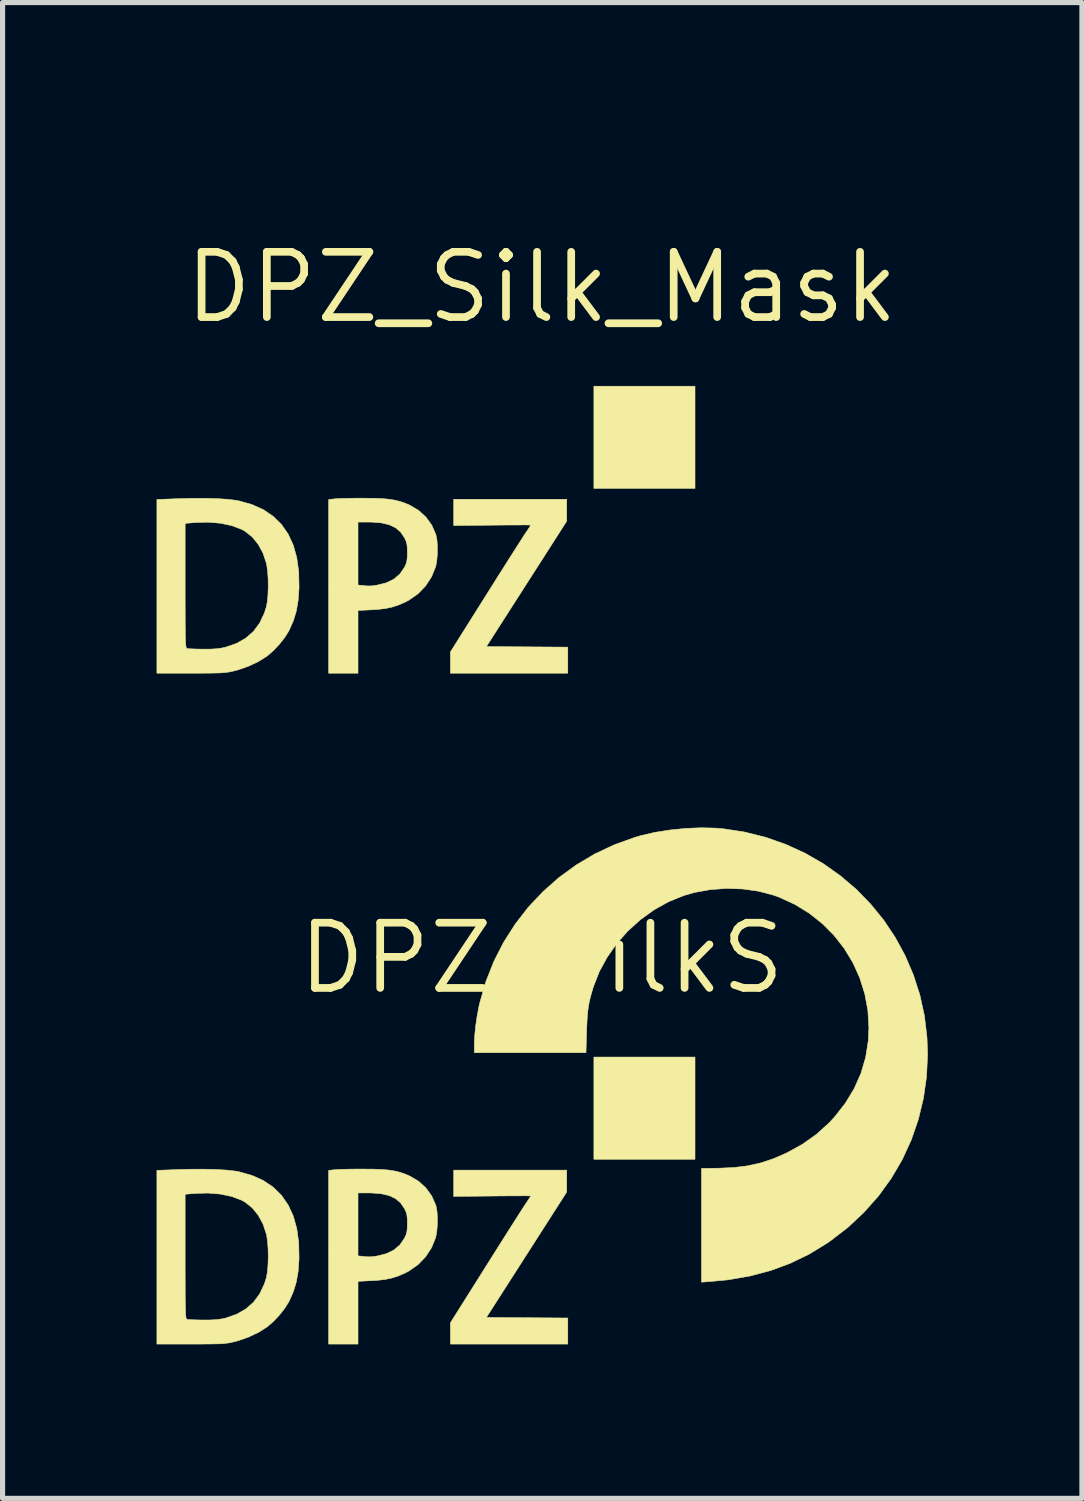
<source format=kicad_pcb>
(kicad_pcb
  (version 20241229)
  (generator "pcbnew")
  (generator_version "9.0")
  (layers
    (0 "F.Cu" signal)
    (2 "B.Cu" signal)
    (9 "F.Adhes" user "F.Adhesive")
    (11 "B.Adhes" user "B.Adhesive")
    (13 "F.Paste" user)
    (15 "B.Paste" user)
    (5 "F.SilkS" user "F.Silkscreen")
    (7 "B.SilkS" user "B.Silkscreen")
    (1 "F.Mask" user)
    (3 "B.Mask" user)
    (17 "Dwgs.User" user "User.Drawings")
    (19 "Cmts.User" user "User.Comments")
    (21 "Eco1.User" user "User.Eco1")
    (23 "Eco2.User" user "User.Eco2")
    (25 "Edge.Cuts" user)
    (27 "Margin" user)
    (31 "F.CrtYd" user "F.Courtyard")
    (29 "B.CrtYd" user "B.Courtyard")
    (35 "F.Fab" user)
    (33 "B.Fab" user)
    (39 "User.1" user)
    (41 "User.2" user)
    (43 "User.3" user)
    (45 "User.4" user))
  (footprint "DPZ_Silk_Mask"
    (layer "F.Cu")
    (at 7.498 2.544)
    (property "Reference" "DPZ_Silk_Mask" (at 0 0 0) (layer "F.SilkS") (effects (font (size 1.27 1.27) (thickness 0.15))))
    (attr through_hole)
    (fp_poly (pts (xy 3.398 -2.532) (xy 3.524 -2.521) (xy 3.951 -2.456) (xy 4.362 -2.353) (xy 4.756 -2.214) (xy 5.131 -2.042) (xy 5.486 -1.838) (xy 5.817 -1.603) (xy 6.125 -1.341) (xy 6.406 -1.052) (xy 6.66 -0.74) (xy 6.884 -0.404) (xy 7.077 -0.049) (xy 7.237 0.325) (xy 7.363 0.716) (xy 7.452 1.121) (xy 7.502 1.539) (xy 7.514 1.865) (xy 7.494 2.303) (xy 7.433 2.73) (xy 7.333 3.143) (xy 7.195 3.542) (xy 7.02 3.923) (xy 6.808 4.285) (xy 6.561 4.627) (xy 6.279 4.945) (xy 5.965 5.24) (xy 5.617 5.508) (xy 5.549 5.555) (xy 5.203 5.766) (xy 4.841 5.941) (xy 4.462 6.082) (xy 4.061 6.188) (xy 3.638 6.262) (xy 3.286 6.296) (xy 3.111 6.309) (xy 3.111 4.094) (xy 3.445 4.09) (xy 3.739 4.077) (xy 4.006 4.044) (xy 4.257 3.989) (xy 4.501 3.909) (xy 4.751 3.801) (xy 4.773 3.791) (xy 5.078 3.623) (xy 5.351 3.429) (xy 5.596 3.207) (xy 5.701 3.094) (xy 5.913 2.823) (xy 6.085 2.539) (xy 6.217 2.241) (xy 6.308 1.931) (xy 6.359 1.608) (xy 6.371 1.355) (xy 6.351 1.02) (xy 6.291 0.696) (xy 6.193 0.385) (xy 6.06 0.09) (xy 5.893 -0.186) (xy 5.695 -0.44) (xy 5.467 -0.67) (xy 5.212 -0.873) (xy 4.932 -1.045) (xy 4.629 -1.185) (xy 4.508 -1.228) (xy 4.221 -1.304) (xy 3.915 -1.347) (xy 3.6 -1.358) (xy 3.286 -1.335) (xy 2.979 -1.28) (xy 2.766 -1.219) (xy 2.469 -1.098) (xy 2.186 -0.94) (xy 1.922 -0.749) (xy 1.679 -0.53) (xy 1.462 -0.286) (xy 1.276 -0.02) (xy 1.122 0.262) (xy 1.009 0.551) (xy 0.967 0.689) (xy 0.935 0.811) (xy 0.911 0.929) (xy 0.895 1.054) (xy 0.884 1.196) (xy 0.876 1.366) (xy 0.874 1.434) (xy 0.862 1.841) (xy -1.312 1.841) (xy -1.312 1.667) (xy -1.305 1.511) (xy -1.287 1.329) (xy -1.259 1.136) (xy -1.223 0.945) (xy -1.206 0.87) (xy -1.088 0.459) (xy -0.933 0.066) (xy -0.742 -0.309) (xy -0.517 -0.661) (xy -0.262 -0.991) (xy 0.024 -1.294) (xy 0.336 -1.57) (xy 0.674 -1.816) (xy 1.035 -2.03) (xy 1.418 -2.21) (xy 1.819 -2.354) (xy 1.926 -2.385) (xy 2.2 -2.449) (xy 2.498 -2.496) (xy 2.806 -2.527) (xy 3.11 -2.539) (xy 3.398 -2.532)) (stroke (width 0.01) (type solid)) (fill yes) (layer "F.Mask"))
    (fp_poly (pts (xy 2.985 3.916) (xy 1.016 3.916) (xy 1.016 1.926) (xy 2.985 1.926) (xy 2.985 3.916)) (stroke (width 0.01) (type solid)) (fill yes) (layer "F.SilkS"))
    (fp_poly (pts (xy 0.487 4.554) (xy -0.295 5.775) (xy -1.077 6.996) (xy 0.508 7.007) (xy 0.508 7.514) (xy -1.778 7.514) (xy -1.778 7.308) (xy -1.778 7.101) (xy -1.099 6.022) (xy -0.974 5.823) (xy -0.853 5.631) (xy -0.738 5.45) (xy -0.632 5.282) (xy -0.537 5.132) (xy -0.455 5.004) (xy -0.389 4.901) (xy -0.341 4.826) (xy -0.316 4.788) (xy -0.269 4.719) (xy -0.234 4.665) (xy -0.214 4.634) (xy -0.212 4.63) (xy -0.232 4.629) (xy -0.29 4.628) (xy -0.381 4.628) (xy -0.5 4.629) (xy -0.642 4.629) (xy -0.802 4.63) (xy -0.963 4.632) (xy -1.714 4.639) (xy -1.714 4.128) (xy 0.487 4.128) (xy 0.487 4.554)) (stroke (width 0.01) (type solid)) (fill yes) (layer "F.SilkS"))
    (fp_poly (pts (xy -3.285 4.108) (xy -3.118 4.114) (xy -2.979 4.126) (xy -2.86 4.145) (xy -2.755 4.171) (xy -2.655 4.206) (xy -2.567 4.244) (xy -2.396 4.345) (xy -2.253 4.476) (xy -2.142 4.63) (xy -2.065 4.804) (xy -2.054 4.842) (xy -2.038 4.936) (xy -2.031 5.056) (xy -2.032 5.186) (xy -2.042 5.311) (xy -2.059 5.415) (xy -2.065 5.44) (xy -2.145 5.638) (xy -2.261 5.815) (xy -2.409 5.968) (xy -2.585 6.091) (xy -2.65 6.126) (xy -2.784 6.185) (xy -2.913 6.227) (xy -3.049 6.256) (xy -3.207 6.274) (xy -3.318 6.28) (xy -3.577 6.293) (xy -3.577 7.514) (xy -4.149 7.514) (xy -4.149 4.572) (xy -3.577 4.572) (xy -3.577 5.797) (xy -3.498 5.805) (xy -3.414 5.814) (xy -3.353 5.816) (xy -3.298 5.813) (xy -3.231 5.804) (xy -3.203 5.799) (xy -3.024 5.754) (xy -2.877 5.682) (xy -2.76 5.581) (xy -2.672 5.452) (xy -2.643 5.39) (xy -2.626 5.331) (xy -2.618 5.259) (xy -2.616 5.165) (xy -2.618 5.068) (xy -2.626 4.997) (xy -2.643 4.938) (xy -2.673 4.875) (xy -2.748 4.765) (xy -2.846 4.682) (xy -2.971 4.623) (xy -3.126 4.587) (xy -3.315 4.572) (xy -3.357 4.572) (xy -3.577 4.572) (xy -4.149 4.572) (xy -4.149 4.133) (xy -4.038 4.12) (xy -3.982 4.116) (xy -3.893 4.112) (xy -3.778 4.109) (xy -3.647 4.107) (xy -3.507 4.107) (xy -3.486 4.107) (xy -3.285 4.108)) (stroke (width 0.01) (type solid)) (fill yes) (layer "F.SilkS"))
    (fp_poly (pts (xy -6.332 4.115) (xy -6.137 4.127) (xy -5.976 4.145) (xy -5.896 4.159) (xy -5.643 4.23) (xy -5.42 4.33) (xy -5.228 4.46) (xy -5.067 4.618) (xy -4.937 4.806) (xy -4.837 5.022) (xy -4.769 5.266) (xy -4.731 5.539) (xy -4.725 5.841) (xy -4.726 5.869) (xy -4.743 6.101) (xy -4.778 6.305) (xy -4.834 6.49) (xy -4.913 6.669) (xy -4.925 6.693) (xy -5.002 6.816) (xy -5.104 6.946) (xy -5.219 7.069) (xy -5.334 7.17) (xy -5.351 7.183) (xy -5.517 7.288) (xy -5.71 7.379) (xy -5.914 7.45) (xy -5.963 7.463) (xy -6.021 7.477) (xy -6.075 7.489) (xy -6.129 7.497) (xy -6.19 7.504) (xy -6.263 7.509) (xy -6.354 7.511) (xy -6.47 7.513) (xy -6.615 7.514) (xy -6.795 7.514) (xy -6.829 7.514) (xy -7.493 7.514) (xy -7.493 4.597) (xy -6.943 4.597) (xy -6.943 5.811) (xy -6.943 6.068) (xy -6.942 6.287) (xy -6.942 6.47) (xy -6.941 6.62) (xy -6.939 6.74) (xy -6.937 6.835) (xy -6.935 6.906) (xy -6.931 6.958) (xy -6.927 6.994) (xy -6.922 7.016) (xy -6.915 7.028) (xy -6.908 7.033) (xy -6.906 7.034) (xy -6.871 7.038) (xy -6.804 7.041) (xy -6.713 7.044) (xy -6.607 7.046) (xy -6.592 7.046) (xy -6.45 7.045) (xy -6.337 7.039) (xy -6.241 7.026) (xy -6.151 7.007) (xy -5.941 6.934) (xy -5.762 6.832) (xy -5.611 6.699) (xy -5.491 6.536) (xy -5.4 6.343) (xy -5.362 6.223) (xy -5.342 6.117) (xy -5.33 5.982) (xy -5.325 5.831) (xy -5.327 5.677) (xy -5.337 5.531) (xy -5.354 5.408) (xy -5.362 5.371) (xy -5.427 5.176) (xy -5.52 5.005) (xy -5.636 4.862) (xy -5.774 4.752) (xy -5.842 4.714) (xy -6.035 4.641) (xy -6.256 4.594) (xy -6.498 4.574) (xy -6.756 4.581) (xy -6.758 4.582) (xy -6.943 4.597) (xy -7.493 4.597) (xy -7.493 4.132) (xy -7.075 4.116) (xy -6.806 4.109) (xy -6.557 4.109) (xy -6.332 4.115)) (stroke (width 0.01) (type solid)) (fill yes) (layer "F.SilkS")))
  (footprint "DPZ_SilkS"
    (layer "F.Cu")
    (at 7.498 15.607)
    (property "Reference" "DPZ_SilkS" (at 0 0 0) (layer "F.SilkS") (effects (font (size 1.27 1.27) (thickness 0.15))))
    (attr through_hole)
    (fp_poly (pts (xy 2.985 3.916) (xy 1.016 3.916) (xy 1.016 1.926) (xy 2.985 1.926) (xy 2.985 3.916)) (stroke (width 0.01) (type solid)) (fill yes) (layer "F.SilkS"))
    (fp_poly (pts (xy 0.487 4.554) (xy -0.295 5.775) (xy -1.077 6.996) (xy 0.508 7.007) (xy 0.508 7.514) (xy -1.778 7.514) (xy -1.778 7.308) (xy -1.778 7.101) (xy -1.099 6.022) (xy -0.974 5.823) (xy -0.853 5.631) (xy -0.738 5.45) (xy -0.632 5.282) (xy -0.537 5.132) (xy -0.455 5.004) (xy -0.389 4.901) (xy -0.341 4.826) (xy -0.316 4.788) (xy -0.269 4.719) (xy -0.234 4.665) (xy -0.214 4.634) (xy -0.212 4.63) (xy -0.232 4.629) (xy -0.29 4.628) (xy -0.381 4.628) (xy -0.5 4.629) (xy -0.642 4.629) (xy -0.802 4.63) (xy -0.963 4.632) (xy -1.714 4.639) (xy -1.714 4.128) (xy 0.487 4.128) (xy 0.487 4.554)) (stroke (width 0.01) (type solid)) (fill yes) (layer "F.SilkS"))
    (fp_poly (pts (xy -3.285 4.108) (xy -3.118 4.114) (xy -2.979 4.126) (xy -2.86 4.145) (xy -2.755 4.171) (xy -2.655 4.206) (xy -2.567 4.244) (xy -2.396 4.345) (xy -2.253 4.476) (xy -2.142 4.63) (xy -2.065 4.804) (xy -2.054 4.842) (xy -2.038 4.936) (xy -2.031 5.056) (xy -2.032 5.186) (xy -2.042 5.311) (xy -2.059 5.415) (xy -2.065 5.44) (xy -2.145 5.638) (xy -2.261 5.815) (xy -2.409 5.968) (xy -2.585 6.091) (xy -2.65 6.126) (xy -2.784 6.185) (xy -2.913 6.227) (xy -3.049 6.256) (xy -3.207 6.274) (xy -3.318 6.28) (xy -3.577 6.293) (xy -3.577 7.514) (xy -4.149 7.514) (xy -4.149 4.572) (xy -3.577 4.572) (xy -3.577 5.797) (xy -3.498 5.805) (xy -3.414 5.814) (xy -3.353 5.816) (xy -3.298 5.813) (xy -3.231 5.804) (xy -3.203 5.799) (xy -3.024 5.754) (xy -2.877 5.682) (xy -2.76 5.581) (xy -2.672 5.452) (xy -2.643 5.39) (xy -2.626 5.331) (xy -2.618 5.259) (xy -2.616 5.165) (xy -2.618 5.068) (xy -2.626 4.997) (xy -2.643 4.938) (xy -2.673 4.875) (xy -2.748 4.765) (xy -2.846 4.682) (xy -2.971 4.623) (xy -3.126 4.587) (xy -3.315 4.572) (xy -3.357 4.572) (xy -3.577 4.572) (xy -4.149 4.572) (xy -4.149 4.133) (xy -4.038 4.12) (xy -3.982 4.116) (xy -3.893 4.112) (xy -3.778 4.109) (xy -3.647 4.107) (xy -3.507 4.107) (xy -3.486 4.107) (xy -3.285 4.108)) (stroke (width 0.01) (type solid)) (fill yes) (layer "F.SilkS"))
    (fp_poly (pts (xy -6.332 4.115) (xy -6.137 4.127) (xy -5.976 4.145) (xy -5.896 4.159) (xy -5.643 4.23) (xy -5.42 4.33) (xy -5.228 4.46) (xy -5.067 4.618) (xy -4.937 4.806) (xy -4.837 5.022) (xy -4.769 5.266) (xy -4.731 5.539) (xy -4.725 5.841) (xy -4.726 5.869) (xy -4.743 6.101) (xy -4.778 6.305) (xy -4.834 6.49) (xy -4.913 6.669) (xy -4.925 6.693) (xy -5.002 6.816) (xy -5.104 6.946) (xy -5.219 7.069) (xy -5.334 7.17) (xy -5.351 7.183) (xy -5.517 7.288) (xy -5.71 7.379) (xy -5.914 7.45) (xy -5.963 7.463) (xy -6.021 7.477) (xy -6.075 7.489) (xy -6.129 7.497) (xy -6.19 7.504) (xy -6.263 7.509) (xy -6.354 7.511) (xy -6.47 7.513) (xy -6.615 7.514) (xy -6.795 7.514) (xy -6.829 7.514) (xy -7.493 7.514) (xy -7.493 4.597) (xy -6.943 4.597) (xy -6.943 5.811) (xy -6.943 6.068) (xy -6.942 6.287) (xy -6.942 6.47) (xy -6.941 6.62) (xy -6.939 6.74) (xy -6.937 6.835) (xy -6.935 6.906) (xy -6.931 6.958) (xy -6.927 6.994) (xy -6.922 7.016) (xy -6.915 7.028) (xy -6.908 7.033) (xy -6.906 7.034) (xy -6.871 7.038) (xy -6.804 7.041) (xy -6.713 7.044) (xy -6.607 7.046) (xy -6.592 7.046) (xy -6.45 7.045) (xy -6.337 7.039) (xy -6.241 7.026) (xy -6.151 7.007) (xy -5.941 6.934) (xy -5.762 6.832) (xy -5.611 6.699) (xy -5.491 6.536) (xy -5.4 6.343) (xy -5.362 6.223) (xy -5.342 6.117) (xy -5.33 5.982) (xy -5.325 5.831) (xy -5.327 5.677) (xy -5.337 5.531) (xy -5.354 5.408) (xy -5.362 5.371) (xy -5.427 5.176) (xy -5.52 5.005) (xy -5.636 4.862) (xy -5.774 4.752) (xy -5.842 4.714) (xy -6.035 4.641) (xy -6.256 4.594) (xy -6.498 4.574) (xy -6.756 4.581) (xy -6.758 4.582) (xy -6.943 4.597) (xy -7.493 4.597) (xy -7.493 4.132) (xy -7.075 4.116) (xy -6.806 4.109) (xy -6.557 4.109) (xy -6.332 4.115)) (stroke (width 0.01) (type solid)) (fill yes) (layer "F.SilkS"))
    (fp_poly (pts (xy 3.398 -2.532) (xy 3.524 -2.521) (xy 3.951 -2.456) (xy 4.362 -2.353) (xy 4.756 -2.214) (xy 5.131 -2.042) (xy 5.486 -1.838) (xy 5.817 -1.603) (xy 6.125 -1.341) (xy 6.406 -1.052) (xy 6.66 -0.74) (xy 6.884 -0.404) (xy 7.077 -0.049) (xy 7.237 0.325) (xy 7.363 0.716) (xy 7.452 1.121) (xy 7.502 1.539) (xy 7.514 1.865) (xy 7.494 2.303) (xy 7.433 2.73) (xy 7.333 3.143) (xy 7.195 3.542) (xy 7.02 3.923) (xy 6.808 4.285) (xy 6.561 4.627) (xy 6.279 4.945) (xy 5.965 5.24) (xy 5.617 5.508) (xy 5.549 5.555) (xy 5.203 5.766) (xy 4.841 5.941) (xy 4.462 6.082) (xy 4.061 6.188) (xy 3.638 6.262) (xy 3.286 6.296) (xy 3.111 6.309) (xy 3.111 4.094) (xy 3.445 4.09) (xy 3.739 4.077) (xy 4.006 4.044) (xy 4.257 3.989) (xy 4.501 3.909) (xy 4.751 3.801) (xy 4.773 3.791) (xy 5.078 3.623) (xy 5.351 3.429) (xy 5.596 3.207) (xy 5.701 3.094) (xy 5.913 2.823) (xy 6.085 2.539) (xy 6.217 2.241) (xy 6.308 1.931) (xy 6.359 1.608) (xy 6.371 1.355) (xy 6.351 1.02) (xy 6.291 0.696) (xy 6.193 0.385) (xy 6.06 0.09) (xy 5.893 -0.186) (xy 5.695 -0.44) (xy 5.467 -0.67) (xy 5.212 -0.873) (xy 4.932 -1.045) (xy 4.629 -1.185) (xy 4.508 -1.228) (xy 4.221 -1.304) (xy 3.915 -1.347) (xy 3.6 -1.358) (xy 3.286 -1.335) (xy 2.979 -1.28) (xy 2.766 -1.219) (xy 2.469 -1.098) (xy 2.186 -0.94) (xy 1.922 -0.749) (xy 1.679 -0.53) (xy 1.462 -0.286) (xy 1.276 -0.02) (xy 1.122 0.262) (xy 1.009 0.551) (xy 0.967 0.689) (xy 0.935 0.811) (xy 0.911 0.929) (xy 0.895 1.054) (xy 0.884 1.196) (xy 0.876 1.366) (xy 0.874 1.434) (xy 0.862 1.841) (xy -1.312 1.841) (xy -1.312 1.667) (xy -1.305 1.511) (xy -1.287 1.329) (xy -1.259 1.136) (xy -1.223 0.945) (xy -1.206 0.87) (xy -1.088 0.459) (xy -0.933 0.066) (xy -0.742 -0.309) (xy -0.517 -0.661) (xy -0.262 -0.991) (xy 0.024 -1.294) (xy 0.336 -1.57) (xy 0.674 -1.816) (xy 1.035 -2.03) (xy 1.418 -2.21) (xy 1.819 -2.354) (xy 1.926 -2.385) (xy 2.2 -2.449) (xy 2.498 -2.496) (xy 2.806 -2.527) (xy 3.11 -2.539) (xy 3.398 -2.532)) (stroke (width 0.01) (type solid)) (fill yes) (layer "F.SilkS")))
  (gr_rect
    (start -3 -3)
    (end 18.017 26.126)
    (stroke (width 0.1) (type default))
    (fill no)
    (layer "Edge.Cuts")))
</source>
